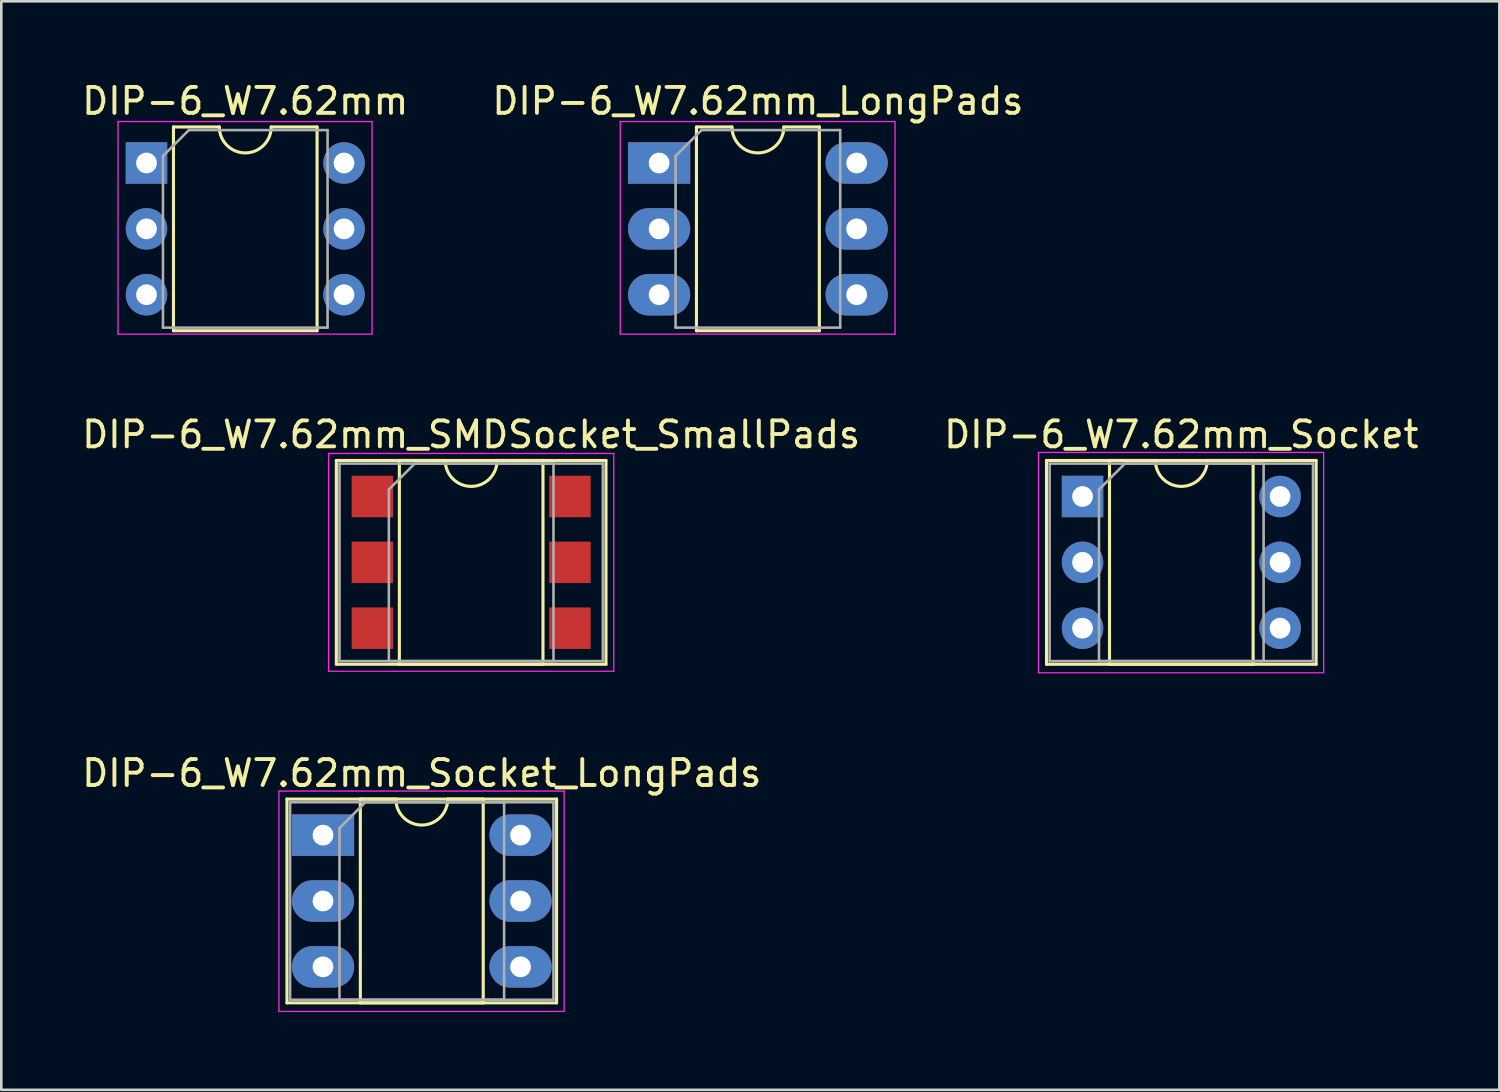
<source format=kicad_pcb>
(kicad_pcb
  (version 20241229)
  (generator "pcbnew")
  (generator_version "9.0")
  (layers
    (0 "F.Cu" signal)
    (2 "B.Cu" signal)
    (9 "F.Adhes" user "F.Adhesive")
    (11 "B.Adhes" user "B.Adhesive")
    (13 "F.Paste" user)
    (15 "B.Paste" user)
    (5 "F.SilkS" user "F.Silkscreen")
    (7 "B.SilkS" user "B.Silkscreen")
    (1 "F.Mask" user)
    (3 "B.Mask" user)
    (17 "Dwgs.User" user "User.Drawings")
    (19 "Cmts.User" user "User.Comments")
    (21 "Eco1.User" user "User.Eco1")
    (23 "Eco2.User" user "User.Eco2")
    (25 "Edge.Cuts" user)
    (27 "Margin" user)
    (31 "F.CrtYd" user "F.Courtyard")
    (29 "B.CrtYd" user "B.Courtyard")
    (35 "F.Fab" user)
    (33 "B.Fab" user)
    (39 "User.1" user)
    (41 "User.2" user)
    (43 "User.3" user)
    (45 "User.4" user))
  (footprint "DIP-6_W7.62mm_SMDSocket_SmallPads"
    (layer "F.Cu")
    (at 15.125 18.642)
    (property "Reference" "DIP-6_W7.62mm_SMDSocket_SmallPads" (at 0 -4.93 0) (layer "F.SilkS") (effects (font (size 1 1) (thickness 0.15))))
    (attr smd)
    (fp_line (start -5.2 -3.93) (end -5.2 3.93) (stroke (width 0.12) (type solid)) (layer "F.SilkS"))
    (fp_line (start -5.2 3.93) (end 5.2 3.93) (stroke (width 0.12) (type solid)) (layer "F.SilkS"))
    (fp_line (start -2.77 -3.93) (end -2.77 3.93) (stroke (width 0.12) (type solid)) (layer "F.SilkS"))
    (fp_line (start -2.77 3.93) (end 2.77 3.93) (stroke (width 0.12) (type solid)) (layer "F.SilkS"))
    (fp_line (start -1 -3.93) (end -2.77 -3.93) (stroke (width 0.12) (type solid)) (layer "F.SilkS"))
    (fp_line (start 2.77 -3.93) (end 1 -3.93) (stroke (width 0.12) (type solid)) (layer "F.SilkS"))
    (fp_line (start 2.77 3.93) (end 2.77 -3.93) (stroke (width 0.12) (type solid)) (layer "F.SilkS"))
    (fp_line (start 5.2 -3.93) (end -5.2 -3.93) (stroke (width 0.12) (type solid)) (layer "F.SilkS"))
    (fp_line (start 5.2 3.93) (end 5.2 -3.93) (stroke (width 0.12) (type solid)) (layer "F.SilkS"))
    (fp_arc (start 1 -3.93) (mid 0 -2.93) (end -1 -3.93) (stroke (width 0.12) (type solid)) (layer "F.SilkS"))
    (fp_line (start -5.5 -4.2) (end -5.5 4.2) (stroke (width 0.05) (type solid)) (layer "F.CrtYd"))
    (fp_line (start -5.5 4.2) (end 5.5 4.2) (stroke (width 0.05) (type solid)) (layer "F.CrtYd"))
    (fp_line (start 5.5 -4.2) (end -5.5 -4.2) (stroke (width 0.05) (type solid)) (layer "F.CrtYd"))
    (fp_line (start 5.5 4.2) (end 5.5 -4.2) (stroke (width 0.05) (type solid)) (layer "F.CrtYd"))
    (fp_line (start -5.08 -3.81) (end -5.08 3.81) (stroke (width 0.1) (type solid)) (layer "F.Fab"))
    (fp_line (start -5.08 3.81) (end 5.08 3.81) (stroke (width 0.1) (type solid)) (layer "F.Fab"))
    (fp_line (start -3.175 -2.81) (end -2.175 -3.81) (stroke (width 0.1) (type solid)) (layer "F.Fab"))
    (fp_line (start -3.175 3.81) (end -3.175 -2.81) (stroke (width 0.1) (type solid)) (layer "F.Fab"))
    (fp_line (start -2.175 -3.81) (end 3.175 -3.81) (stroke (width 0.1) (type solid)) (layer "F.Fab"))
    (fp_line (start 3.175 -3.81) (end 3.175 3.81) (stroke (width 0.1) (type solid)) (layer "F.Fab"))
    (fp_line (start 3.175 3.81) (end -3.175 3.81) (stroke (width 0.1) (type solid)) (layer "F.Fab"))
    (fp_line (start 5.08 -3.81) (end -5.08 -3.81) (stroke (width 0.1) (type solid)) (layer "F.Fab"))
    (fp_line (start 5.08 3.81) (end 5.08 -3.81) (stroke (width 0.1) (type solid)) (layer "F.Fab"))
    (pad "1" smd rect (at -3.81 -2.54) (size 1.6 1.6) (layers "F.Cu" "F.Mask"))
    (pad "2" smd rect (at -3.81 0) (size 1.6 1.6) (layers "F.Cu" "F.Mask"))
    (pad "3" smd rect (at -3.81 2.54) (size 1.6 1.6) (layers "F.Cu" "F.Mask"))
    (pad "4" smd rect (at 3.81 2.54) (size 1.6 1.6) (layers "F.Cu" "F.Mask"))
    (pad "5" smd rect (at 3.81 0) (size 1.6 1.6) (layers "F.Cu" "F.Mask"))
    (pad "6" smd rect (at 3.81 -2.54) (size 1.6 1.6) (layers "F.Cu" "F.Mask")))
  (footprint "DIP-6_W7.62mm_Socket_LongPads"
    (layer "F.Cu")
    (at 9.41 29.165)
    (property "Reference" "DIP-6_W7.62mm_Socket_LongPads" (at 3.81 -2.39 0) (layer "F.SilkS") (effects (font (size 1 1) (thickness 0.15))))
    (attr through_hole)
    (fp_line (start -1.39 -1.39) (end -1.39 6.47) (stroke (width 0.12) (type solid)) (layer "F.SilkS"))
    (fp_line (start -1.39 6.47) (end 9.01 6.47) (stroke (width 0.12) (type solid)) (layer "F.SilkS"))
    (fp_line (start 1.44 -1.39) (end 1.44 6.47) (stroke (width 0.12) (type solid)) (layer "F.SilkS"))
    (fp_line (start 1.44 6.47) (end 6.18 6.47) (stroke (width 0.12) (type solid)) (layer "F.SilkS"))
    (fp_line (start 2.81 -1.39) (end 1.44 -1.39) (stroke (width 0.12) (type solid)) (layer "F.SilkS"))
    (fp_line (start 6.18 -1.39) (end 4.81 -1.39) (stroke (width 0.12) (type solid)) (layer "F.SilkS"))
    (fp_line (start 6.18 6.47) (end 6.18 -1.39) (stroke (width 0.12) (type solid)) (layer "F.SilkS"))
    (fp_line (start 9.01 -1.39) (end -1.39 -1.39) (stroke (width 0.12) (type solid)) (layer "F.SilkS"))
    (fp_line (start 9.01 6.47) (end 9.01 -1.39) (stroke (width 0.12) (type solid)) (layer "F.SilkS"))
    (fp_arc (start 4.81 -1.39) (mid 3.81 -0.39) (end 2.81 -1.39) (stroke (width 0.12) (type solid)) (layer "F.SilkS"))
    (fp_line (start -1.7 -1.7) (end -1.7 6.8) (stroke (width 0.05) (type solid)) (layer "F.CrtYd"))
    (fp_line (start -1.7 6.8) (end 9.3 6.8) (stroke (width 0.05) (type solid)) (layer "F.CrtYd"))
    (fp_line (start 9.3 -1.7) (end -1.7 -1.7) (stroke (width 0.05) (type solid)) (layer "F.CrtYd"))
    (fp_line (start 9.3 6.8) (end 9.3 -1.7) (stroke (width 0.05) (type solid)) (layer "F.CrtYd"))
    (fp_line (start -1.27 -1.27) (end -1.27 6.35) (stroke (width 0.1) (type solid)) (layer "F.Fab"))
    (fp_line (start -1.27 6.35) (end 8.89 6.35) (stroke (width 0.1) (type solid)) (layer "F.Fab"))
    (fp_line (start 0.635 -0.27) (end 1.635 -1.27) (stroke (width 0.1) (type solid)) (layer "F.Fab"))
    (fp_line (start 0.635 6.35) (end 0.635 -0.27) (stroke (width 0.1) (type solid)) (layer "F.Fab"))
    (fp_line (start 1.635 -1.27) (end 6.985 -1.27) (stroke (width 0.1) (type solid)) (layer "F.Fab"))
    (fp_line (start 6.985 -1.27) (end 6.985 6.35) (stroke (width 0.1) (type solid)) (layer "F.Fab"))
    (fp_line (start 6.985 6.35) (end 0.635 6.35) (stroke (width 0.1) (type solid)) (layer "F.Fab"))
    (fp_line (start 8.89 -1.27) (end -1.27 -1.27) (stroke (width 0.1) (type solid)) (layer "F.Fab"))
    (fp_line (start 8.89 6.35) (end 8.89 -1.27) (stroke (width 0.1) (type solid)) (layer "F.Fab"))
    (pad "1" thru_hole rect (at 0 0) (size 2.4 1.6) (drill 0.8) (layers "*.Cu" "*.Mask"))
    (pad "2" thru_hole oval (at 0 2.54) (size 2.4 1.6) (drill 0.8) (layers "*.Cu" "*.Mask"))
    (pad "3" thru_hole oval (at 0 5.08) (size 2.4 1.6) (drill 0.8) (layers "*.Cu" "*.Mask"))
    (pad "4" thru_hole oval (at 7.62 5.08) (size 2.4 1.6) (drill 0.8) (layers "*.Cu" "*.Mask"))
    (pad "5" thru_hole oval (at 7.62 2.54) (size 2.4 1.6) (drill 0.8) (layers "*.Cu" "*.Mask"))
    (pad "6" thru_hole oval (at 7.62 0) (size 2.4 1.6) (drill 0.8) (layers "*.Cu" "*.Mask")))
  (footprint "DIP-6_W7.62mm"
    (layer "F.Cu")
    (at 2.601 3.238)
    (property "Reference" "DIP-6_W7.62mm" (at 3.81 -2.39 0) (layer "F.SilkS") (effects (font (size 1 1) (thickness 0.15))))
    (attr through_hole)
    (fp_line (start 1.04 -1.39) (end 1.04 6.47) (stroke (width 0.12) (type solid)) (layer "F.SilkS"))
    (fp_line (start 1.04 6.47) (end 6.58 6.47) (stroke (width 0.12) (type solid)) (layer "F.SilkS"))
    (fp_line (start 2.81 -1.39) (end 1.04 -1.39) (stroke (width 0.12) (type solid)) (layer "F.SilkS"))
    (fp_line (start 6.58 -1.39) (end 4.81 -1.39) (stroke (width 0.12) (type solid)) (layer "F.SilkS"))
    (fp_line (start 6.58 6.47) (end 6.58 -1.39) (stroke (width 0.12) (type solid)) (layer "F.SilkS"))
    (fp_arc (start 4.81 -1.39) (mid 3.81 -0.39) (end 2.81 -1.39) (stroke (width 0.12) (type solid)) (layer "F.SilkS"))
    (fp_line (start -1.1 -1.6) (end -1.1 6.6) (stroke (width 0.05) (type solid)) (layer "F.CrtYd"))
    (fp_line (start -1.1 6.6) (end 8.7 6.6) (stroke (width 0.05) (type solid)) (layer "F.CrtYd"))
    (fp_line (start 8.7 -1.6) (end -1.1 -1.6) (stroke (width 0.05) (type solid)) (layer "F.CrtYd"))
    (fp_line (start 8.7 6.6) (end 8.7 -1.6) (stroke (width 0.05) (type solid)) (layer "F.CrtYd"))
    (fp_line (start 0.635 -0.27) (end 1.635 -1.27) (stroke (width 0.1) (type solid)) (layer "F.Fab"))
    (fp_line (start 0.635 6.35) (end 0.635 -0.27) (stroke (width 0.1) (type solid)) (layer "F.Fab"))
    (fp_line (start 1.635 -1.27) (end 6.985 -1.27) (stroke (width 0.1) (type solid)) (layer "F.Fab"))
    (fp_line (start 6.985 -1.27) (end 6.985 6.35) (stroke (width 0.1) (type solid)) (layer "F.Fab"))
    (fp_line (start 6.985 6.35) (end 0.635 6.35) (stroke (width 0.1) (type solid)) (layer "F.Fab"))
    (pad "1" thru_hole rect (at 0 0) (size 1.6 1.6) (drill 0.8) (layers "*.Cu" "*.Mask"))
    (pad "2" thru_hole oval (at 0 2.54) (size 1.6 1.6) (drill 0.8) (layers "*.Cu" "*.Mask"))
    (pad "3" thru_hole oval (at 0 5.08) (size 1.6 1.6) (drill 0.8) (layers "*.Cu" "*.Mask"))
    (pad "4" thru_hole oval (at 7.62 5.08) (size 1.6 1.6) (drill 0.8) (layers "*.Cu" "*.Mask"))
    (pad "5" thru_hole oval (at 7.62 2.54) (size 1.6 1.6) (drill 0.8) (layers "*.Cu" "*.Mask"))
    (pad "6" thru_hole oval (at 7.62 0) (size 1.6 1.6) (drill 0.8) (layers "*.Cu" "*.Mask")))
  (footprint "DIP-6_W7.62mm_LongPads"
    (layer "F.Cu")
    (at 22.375 3.238)
    (property "Reference" "DIP-6_W7.62mm_LongPads" (at 3.81 -2.39 0) (layer "F.SilkS") (effects (font (size 1 1) (thickness 0.15))))
    (attr through_hole)
    (fp_line (start 1.44 -1.39) (end 1.44 6.47) (stroke (width 0.12) (type solid)) (layer "F.SilkS"))
    (fp_line (start 1.44 6.47) (end 6.18 6.47) (stroke (width 0.12) (type solid)) (layer "F.SilkS"))
    (fp_line (start 2.81 -1.39) (end 1.44 -1.39) (stroke (width 0.12) (type solid)) (layer "F.SilkS"))
    (fp_line (start 6.18 -1.39) (end 4.81 -1.39) (stroke (width 0.12) (type solid)) (layer "F.SilkS"))
    (fp_line (start 6.18 6.47) (end 6.18 -1.39) (stroke (width 0.12) (type solid)) (layer "F.SilkS"))
    (fp_arc (start 4.81 -1.39) (mid 3.81 -0.39) (end 2.81 -1.39) (stroke (width 0.12) (type solid)) (layer "F.SilkS"))
    (fp_line (start -1.5 -1.6) (end -1.5 6.6) (stroke (width 0.05) (type solid)) (layer "F.CrtYd"))
    (fp_line (start -1.5 6.6) (end 9.1 6.6) (stroke (width 0.05) (type solid)) (layer "F.CrtYd"))
    (fp_line (start 9.1 -1.6) (end -1.5 -1.6) (stroke (width 0.05) (type solid)) (layer "F.CrtYd"))
    (fp_line (start 9.1 6.6) (end 9.1 -1.6) (stroke (width 0.05) (type solid)) (layer "F.CrtYd"))
    (fp_line (start 0.635 -0.27) (end 1.635 -1.27) (stroke (width 0.1) (type solid)) (layer "F.Fab"))
    (fp_line (start 0.635 6.35) (end 0.635 -0.27) (stroke (width 0.1) (type solid)) (layer "F.Fab"))
    (fp_line (start 1.635 -1.27) (end 6.985 -1.27) (stroke (width 0.1) (type solid)) (layer "F.Fab"))
    (fp_line (start 6.985 -1.27) (end 6.985 6.35) (stroke (width 0.1) (type solid)) (layer "F.Fab"))
    (fp_line (start 6.985 6.35) (end 0.635 6.35) (stroke (width 0.1) (type solid)) (layer "F.Fab"))
    (pad "1" thru_hole rect (at 0 0) (size 2.4 1.6) (drill 0.8) (layers "*.Cu" "*.Mask"))
    (pad "2" thru_hole oval (at 0 2.54) (size 2.4 1.6) (drill 0.8) (layers "*.Cu" "*.Mask"))
    (pad "3" thru_hole oval (at 0 5.08) (size 2.4 1.6) (drill 0.8) (layers "*.Cu" "*.Mask"))
    (pad "4" thru_hole oval (at 7.62 5.08) (size 2.4 1.6) (drill 0.8) (layers "*.Cu" "*.Mask"))
    (pad "5" thru_hole oval (at 7.62 2.54) (size 2.4 1.6) (drill 0.8) (layers "*.Cu" "*.Mask"))
    (pad "6" thru_hole oval (at 7.62 0) (size 2.4 1.6) (drill 0.8) (layers "*.Cu" "*.Mask")))
  (footprint "DIP-6_W7.62mm_Socket"
    (layer "F.Cu")
    (at 38.708 16.102)
    (property "Reference" "DIP-6_W7.62mm_Socket" (at 3.81 -2.39 0) (layer "F.SilkS") (effects (font (size 1 1) (thickness 0.15))))
    (attr through_hole)
    (fp_line (start -1.39 -1.39) (end -1.39 6.47) (stroke (width 0.12) (type solid)) (layer "F.SilkS"))
    (fp_line (start -1.39 6.47) (end 9.01 6.47) (stroke (width 0.12) (type solid)) (layer "F.SilkS"))
    (fp_line (start 1.04 -1.39) (end 1.04 6.47) (stroke (width 0.12) (type solid)) (layer "F.SilkS"))
    (fp_line (start 1.04 6.47) (end 6.58 6.47) (stroke (width 0.12) (type solid)) (layer "F.SilkS"))
    (fp_line (start 2.81 -1.39) (end 1.04 -1.39) (stroke (width 0.12) (type solid)) (layer "F.SilkS"))
    (fp_line (start 6.58 -1.39) (end 4.81 -1.39) (stroke (width 0.12) (type solid)) (layer "F.SilkS"))
    (fp_line (start 6.58 6.47) (end 6.58 -1.39) (stroke (width 0.12) (type solid)) (layer "F.SilkS"))
    (fp_line (start 9.01 -1.39) (end -1.39 -1.39) (stroke (width 0.12) (type solid)) (layer "F.SilkS"))
    (fp_line (start 9.01 6.47) (end 9.01 -1.39) (stroke (width 0.12) (type solid)) (layer "F.SilkS"))
    (fp_arc (start 4.81 -1.39) (mid 3.81 -0.39) (end 2.81 -1.39) (stroke (width 0.12) (type solid)) (layer "F.SilkS"))
    (fp_line (start -1.7 -1.7) (end -1.7 6.8) (stroke (width 0.05) (type solid)) (layer "F.CrtYd"))
    (fp_line (start -1.7 6.8) (end 9.3 6.8) (stroke (width 0.05) (type solid)) (layer "F.CrtYd"))
    (fp_line (start 9.3 -1.7) (end -1.7 -1.7) (stroke (width 0.05) (type solid)) (layer "F.CrtYd"))
    (fp_line (start 9.3 6.8) (end 9.3 -1.7) (stroke (width 0.05) (type solid)) (layer "F.CrtYd"))
    (fp_line (start -1.27 -1.27) (end -1.27 6.35) (stroke (width 0.1) (type solid)) (layer "F.Fab"))
    (fp_line (start -1.27 6.35) (end 8.89 6.35) (stroke (width 0.1) (type solid)) (layer "F.Fab"))
    (fp_line (start 0.635 -0.27) (end 1.635 -1.27) (stroke (width 0.1) (type solid)) (layer "F.Fab"))
    (fp_line (start 0.635 6.35) (end 0.635 -0.27) (stroke (width 0.1) (type solid)) (layer "F.Fab"))
    (fp_line (start 1.635 -1.27) (end 6.985 -1.27) (stroke (width 0.1) (type solid)) (layer "F.Fab"))
    (fp_line (start 6.985 -1.27) (end 6.985 6.35) (stroke (width 0.1) (type solid)) (layer "F.Fab"))
    (fp_line (start 6.985 6.35) (end 0.635 6.35) (stroke (width 0.1) (type solid)) (layer "F.Fab"))
    (fp_line (start 8.89 -1.27) (end -1.27 -1.27) (stroke (width 0.1) (type solid)) (layer "F.Fab"))
    (fp_line (start 8.89 6.35) (end 8.89 -1.27) (stroke (width 0.1) (type solid)) (layer "F.Fab"))
    (pad "1" thru_hole rect (at 0 0) (size 1.6 1.6) (drill 0.8) (layers "*.Cu" "*.Mask"))
    (pad "2" thru_hole oval (at 0 2.54) (size 1.6 1.6) (drill 0.8) (layers "*.Cu" "*.Mask"))
    (pad "3" thru_hole oval (at 0 5.08) (size 1.6 1.6) (drill 0.8) (layers "*.Cu" "*.Mask"))
    (pad "4" thru_hole oval (at 7.62 5.08) (size 1.6 1.6) (drill 0.8) (layers "*.Cu" "*.Mask"))
    (pad "5" thru_hole oval (at 7.62 2.54) (size 1.6 1.6) (drill 0.8) (layers "*.Cu" "*.Mask"))
    (pad "6" thru_hole oval (at 7.62 0) (size 1.6 1.6) (drill 0.8) (layers "*.Cu" "*.Mask")))
  (gr_rect
    (start -3 -3)
    (end 54.786 38.99)
    (stroke (width 0.1) (type default))
    (fill no)
    (layer "Edge.Cuts")))
</source>
